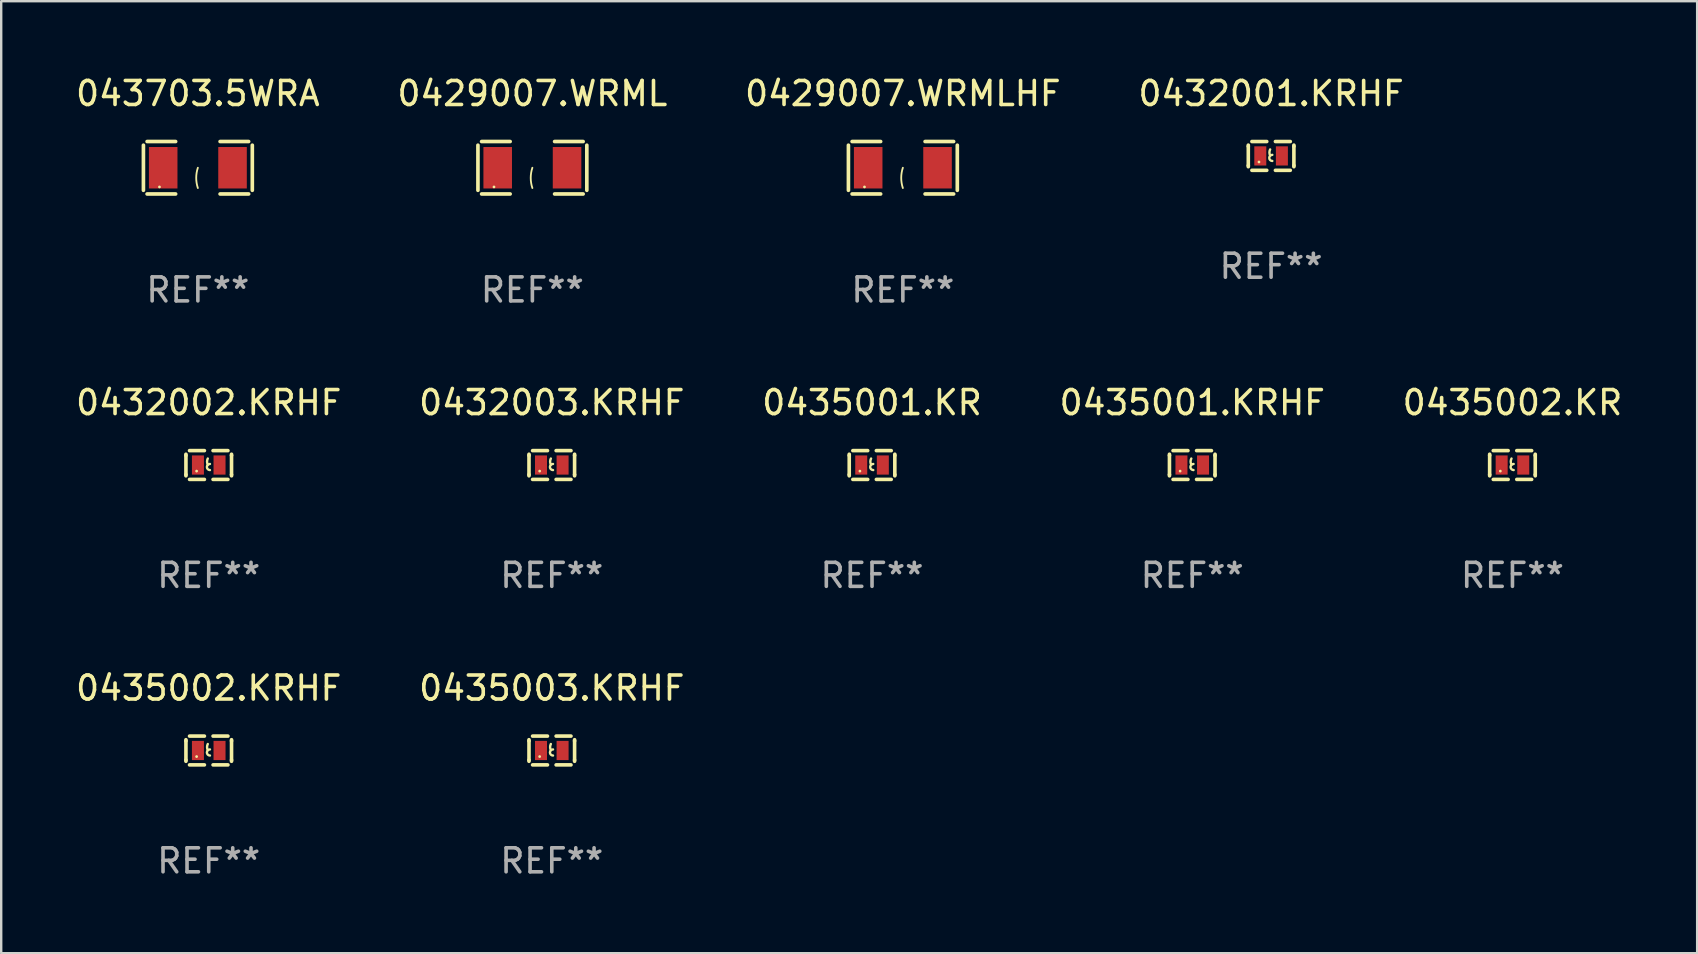
<source format=kicad_pcb>
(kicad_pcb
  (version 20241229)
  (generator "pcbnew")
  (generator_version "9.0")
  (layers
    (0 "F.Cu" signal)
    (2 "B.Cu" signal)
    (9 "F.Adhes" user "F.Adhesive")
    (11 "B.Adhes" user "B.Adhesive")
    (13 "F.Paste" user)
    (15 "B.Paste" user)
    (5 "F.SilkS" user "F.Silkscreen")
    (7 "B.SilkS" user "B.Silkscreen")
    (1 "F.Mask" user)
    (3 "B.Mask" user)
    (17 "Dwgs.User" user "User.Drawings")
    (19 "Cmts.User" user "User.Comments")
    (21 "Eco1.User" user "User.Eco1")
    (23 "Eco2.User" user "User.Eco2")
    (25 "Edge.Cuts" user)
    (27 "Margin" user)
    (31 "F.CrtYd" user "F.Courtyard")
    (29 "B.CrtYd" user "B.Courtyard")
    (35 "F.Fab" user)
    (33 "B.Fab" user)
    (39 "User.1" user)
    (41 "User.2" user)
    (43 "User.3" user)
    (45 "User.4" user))
  (footprint "0432003.KRHF"
    (layer "F.Cu")
    (at 19.946 16.33)
    (property "Reference" "0432003.KRHF" (at 0 -2.6 0) (layer "F.SilkS") (effects (font (size 1 1) (thickness 0.15))))
    (attr through_hole)
    (fp_line (start -0.95 -0.45) (end -0.95 -0.4) (stroke (width 0.15) (type solid)) (layer "F.SilkS"))
    (fp_line (start -0.95 -0.4) (end -0.95 0.4) (stroke (width 0.15) (type solid)) (layer "F.SilkS"))
    (fp_line (start -0.95 0.45) (end -0.95 0.4) (stroke (width 0.15) (type solid)) (layer "F.SilkS"))
    (fp_line (start -0.18 -0.6) (end -0.8 -0.6) (stroke (width 0.15) (type solid)) (layer "F.SilkS"))
    (fp_line (start -0.18 0.6) (end -0.8 0.6) (stroke (width 0.15) (type solid)) (layer "F.SilkS"))
    (fp_line (start 0.18 -0.6) (end 0.8 -0.6) (stroke (width 0.15) (type solid)) (layer "F.SilkS"))
    (fp_line (start 0.18 0.6) (end 0.8 0.6) (stroke (width 0.15) (type solid)) (layer "F.SilkS"))
    (fp_line (start 0.95 -0.45) (end 0.95 -0.4) (stroke (width 0.15) (type solid)) (layer "F.SilkS"))
    (fp_line (start 0.95 -0.4) (end 0.95 0.4) (stroke (width 0.15) (type solid)) (layer "F.SilkS"))
    (fp_line (start 0.95 0.45) (end 0.95 0.4) (stroke (width 0.15) (type solid)) (layer "F.SilkS"))
    (fp_arc (start -0.039942 -0.016052) (mid -0.069923 -0.143053) (end -0.039942 -0.270053) (stroke (width 0.1) (type solid)) (layer "F.SilkS"))
    (fp_arc (start 0.050076 0.209957) (mid -0.076924 0.082957) (end 0.050076 -0.044043) (stroke (width 0.1) (type solid)) (layer "F.SilkS"))
    (fp_circle (center -0.505 0.253) (end -0.475 0.253) (stroke (width 0.06) (type solid)) (fill no) (layer "F.SilkS"))
    (fp_text user "REF**" (at 0 4.6 0) (layer "F.Fab") (effects (font (size 1 1) (thickness 0.15))))
    (pad "1" smd rect (at -0.45 -0.000051) (size 0.5 0.8) (layers "F.Cu" "F.Mask" "F.Paste"))
    (pad "2" smd rect (at 0.45 -0.000051) (size 0.5 0.8) (layers "F.Cu" "F.Mask" "F.Paste")))
  (footprint "043703.5WRA"
    (layer "F.Cu")
    (at 5.196 3.941)
    (property "Reference" "043703.5WRA" (at 0 -3.093 0) (layer "F.SilkS") (effects (font (size 1 1) (thickness 0.15))))
    (attr through_hole)
    (fp_line (start -2.269 -0.94) (end -2.269 0.94) (stroke (width 0.152) (type solid)) (layer "F.SilkS"))
    (fp_line (start -2.116 1.093) (end -0.926 1.093) (stroke (width 0.152) (type solid)) (layer "F.SilkS"))
    (fp_line (start -0.926 -1.093) (end -2.116 -1.093) (stroke (width 0.152) (type solid)) (layer "F.SilkS"))
    (fp_line (start 0.926 -1.093) (end 2.116 -1.093) (stroke (width 0.152) (type solid)) (layer "F.SilkS"))
    (fp_line (start 2.116 1.093) (end 0.926 1.093) (stroke (width 0.152) (type solid)) (layer "F.SilkS"))
    (fp_line (start 2.269 -0.94) (end 2.269 0.94) (stroke (width 0.152) (type solid)) (layer "F.SilkS"))
    (fp_arc (start 0 0.844951) (mid -0.068559 0.422475) (end 0 0) (stroke (width 0.0762) (type solid)) (layer "F.SilkS"))
    (fp_circle (center -1.6 0.8) (end -1.57 0.8) (stroke (width 0.06) (type solid)) (fill no) (layer "F.SilkS"))
    (fp_text user "REF**" (at 0 5.093 0) (layer "F.Fab") (effects (font (size 1 1) (thickness 0.15))))
    (pad "1" smd rect (at -1.445 0) (size 1.19 1.728) (layers "F.Cu" "F.Mask" "F.Paste"))
    (pad "2" smd rect (at 1.445 0) (size 1.19 1.728) (layers "F.Cu" "F.Mask" "F.Paste")))
  (footprint "0429007.WRML"
    (layer "F.Cu")
    (at 19.137 3.941)
    (property "Reference" "0429007.WRML" (at 0 -3.093 0) (layer "F.SilkS") (effects (font (size 1 1) (thickness 0.15))))
    (attr through_hole)
    (fp_line (start -2.269 -0.94) (end -2.269 0.94) (stroke (width 0.152) (type solid)) (layer "F.SilkS"))
    (fp_line (start -2.116 1.093) (end -0.926 1.093) (stroke (width 0.152) (type solid)) (layer "F.SilkS"))
    (fp_line (start -0.926 -1.093) (end -2.116 -1.093) (stroke (width 0.152) (type solid)) (layer "F.SilkS"))
    (fp_line (start 0.926 -1.093) (end 2.116 -1.093) (stroke (width 0.152) (type solid)) (layer "F.SilkS"))
    (fp_line (start 2.116 1.093) (end 0.926 1.093) (stroke (width 0.152) (type solid)) (layer "F.SilkS"))
    (fp_line (start 2.269 -0.94) (end 2.269 0.94) (stroke (width 0.152) (type solid)) (layer "F.SilkS"))
    (fp_arc (start 0 0.844951) (mid -0.068559 0.422475) (end 0 0) (stroke (width 0.0762) (type solid)) (layer "F.SilkS"))
    (fp_circle (center -1.6 0.8) (end -1.57 0.8) (stroke (width 0.06) (type solid)) (fill no) (layer "F.SilkS"))
    (fp_text user "REF**" (at 0 5.093 0) (layer "F.Fab") (effects (font (size 1 1) (thickness 0.15))))
    (pad "1" smd rect (at -1.445 0) (size 1.19 1.728) (layers "F.Cu" "F.Mask" "F.Paste"))
    (pad "2" smd rect (at 1.445 0) (size 1.19 1.728) (layers "F.Cu" "F.Mask" "F.Paste")))
  (footprint "0435002.KR"
    (layer "F.Cu")
    (at 59.982 16.33)
    (property "Reference" "0435002.KR" (at 0 -2.6 0) (layer "F.SilkS") (effects (font (size 1 1) (thickness 0.15))))
    (attr through_hole)
    (fp_line (start -0.95 -0.45) (end -0.95 -0.4) (stroke (width 0.15) (type solid)) (layer "F.SilkS"))
    (fp_line (start -0.95 -0.4) (end -0.95 0.4) (stroke (width 0.15) (type solid)) (layer "F.SilkS"))
    (fp_line (start -0.95 0.45) (end -0.95 0.4) (stroke (width 0.15) (type solid)) (layer "F.SilkS"))
    (fp_line (start -0.18 -0.6) (end -0.8 -0.6) (stroke (width 0.15) (type solid)) (layer "F.SilkS"))
    (fp_line (start -0.18 0.6) (end -0.8 0.6) (stroke (width 0.15) (type solid)) (layer "F.SilkS"))
    (fp_line (start 0.18 -0.6) (end 0.8 -0.6) (stroke (width 0.15) (type solid)) (layer "F.SilkS"))
    (fp_line (start 0.18 0.6) (end 0.8 0.6) (stroke (width 0.15) (type solid)) (layer "F.SilkS"))
    (fp_line (start 0.95 -0.45) (end 0.95 -0.4) (stroke (width 0.15) (type solid)) (layer "F.SilkS"))
    (fp_line (start 0.95 -0.4) (end 0.95 0.4) (stroke (width 0.15) (type solid)) (layer "F.SilkS"))
    (fp_line (start 0.95 0.45) (end 0.95 0.4) (stroke (width 0.15) (type solid)) (layer "F.SilkS"))
    (fp_arc (start -0.039942 -0.016052) (mid -0.069923 -0.143053) (end -0.039942 -0.270053) (stroke (width 0.1) (type solid)) (layer "F.SilkS"))
    (fp_arc (start 0.050076 0.209957) (mid -0.076924 0.082957) (end 0.050076 -0.044043) (stroke (width 0.1) (type solid)) (layer "F.SilkS"))
    (fp_circle (center -0.505 0.253) (end -0.475 0.253) (stroke (width 0.06) (type solid)) (fill no) (layer "F.SilkS"))
    (fp_text user "REF**" (at 0 4.6 0) (layer "F.Fab") (effects (font (size 1 1) (thickness 0.15))))
    (pad "1" smd rect (at -0.45 -0.000051) (size 0.5 0.8) (layers "F.Cu" "F.Mask" "F.Paste"))
    (pad "2" smd rect (at 0.45 -0.000051) (size 0.5 0.8) (layers "F.Cu" "F.Mask" "F.Paste")))
  (footprint "0429007.WRMLHF"
    (layer "F.Cu")
    (at 34.577 3.941)
    (property "Reference" "0429007.WRMLHF" (at 0 -3.093 0) (layer "F.SilkS") (effects (font (size 1 1) (thickness 0.15))))
    (attr through_hole)
    (fp_line (start -2.269 -0.94) (end -2.269 0.94) (stroke (width 0.152) (type solid)) (layer "F.SilkS"))
    (fp_line (start -2.116 1.093) (end -0.926 1.093) (stroke (width 0.152) (type solid)) (layer "F.SilkS"))
    (fp_line (start -0.926 -1.093) (end -2.116 -1.093) (stroke (width 0.152) (type solid)) (layer "F.SilkS"))
    (fp_line (start 0.926 -1.093) (end 2.116 -1.093) (stroke (width 0.152) (type solid)) (layer "F.SilkS"))
    (fp_line (start 2.116 1.093) (end 0.926 1.093) (stroke (width 0.152) (type solid)) (layer "F.SilkS"))
    (fp_line (start 2.269 -0.94) (end 2.269 0.94) (stroke (width 0.152) (type solid)) (layer "F.SilkS"))
    (fp_arc (start 0 0.844951) (mid -0.068559 0.422475) (end 0 0) (stroke (width 0.0762) (type solid)) (layer "F.SilkS"))
    (fp_circle (center -1.6 0.8) (end -1.57 0.8) (stroke (width 0.06) (type solid)) (fill no) (layer "F.SilkS"))
    (fp_text user "REF**" (at 0 5.093 0) (layer "F.Fab") (effects (font (size 1 1) (thickness 0.15))))
    (pad "1" smd rect (at -1.445 0) (size 1.19 1.728) (layers "F.Cu" "F.Mask" "F.Paste"))
    (pad "2" smd rect (at 1.445 0) (size 1.19 1.728) (layers "F.Cu" "F.Mask" "F.Paste")))
  (footprint "0435003.KRHF"
    (layer "F.Cu")
    (at 19.946 28.227)
    (property "Reference" "0435003.KRHF" (at 0 -2.6 0) (layer "F.SilkS") (effects (font (size 1 1) (thickness 0.15))))
    (attr through_hole)
    (fp_line (start -0.95 -0.45) (end -0.95 -0.4) (stroke (width 0.15) (type solid)) (layer "F.SilkS"))
    (fp_line (start -0.95 -0.4) (end -0.95 0.4) (stroke (width 0.15) (type solid)) (layer "F.SilkS"))
    (fp_line (start -0.95 0.45) (end -0.95 0.4) (stroke (width 0.15) (type solid)) (layer "F.SilkS"))
    (fp_line (start -0.18 -0.6) (end -0.8 -0.6) (stroke (width 0.15) (type solid)) (layer "F.SilkS"))
    (fp_line (start -0.18 0.6) (end -0.8 0.6) (stroke (width 0.15) (type solid)) (layer "F.SilkS"))
    (fp_line (start 0.18 -0.6) (end 0.8 -0.6) (stroke (width 0.15) (type solid)) (layer "F.SilkS"))
    (fp_line (start 0.18 0.6) (end 0.8 0.6) (stroke (width 0.15) (type solid)) (layer "F.SilkS"))
    (fp_line (start 0.95 -0.45) (end 0.95 -0.4) (stroke (width 0.15) (type solid)) (layer "F.SilkS"))
    (fp_line (start 0.95 -0.4) (end 0.95 0.4) (stroke (width 0.15) (type solid)) (layer "F.SilkS"))
    (fp_line (start 0.95 0.45) (end 0.95 0.4) (stroke (width 0.15) (type solid)) (layer "F.SilkS"))
    (fp_arc (start -0.039942 -0.016052) (mid -0.069923 -0.143053) (end -0.039942 -0.270053) (stroke (width 0.1) (type solid)) (layer "F.SilkS"))
    (fp_arc (start 0.050076 0.209957) (mid -0.076924 0.082957) (end 0.050076 -0.044043) (stroke (width 0.1) (type solid)) (layer "F.SilkS"))
    (fp_circle (center -0.505 0.253) (end -0.475 0.253) (stroke (width 0.06) (type solid)) (fill no) (layer "F.SilkS"))
    (fp_text user "REF**" (at 0 4.6 0) (layer "F.Fab") (effects (font (size 1 1) (thickness 0.15))))
    (pad "1" smd rect (at -0.45 -0.000051) (size 0.5 0.8) (layers "F.Cu" "F.Mask" "F.Paste"))
    (pad "2" smd rect (at 0.45 -0.000051) (size 0.5 0.8) (layers "F.Cu" "F.Mask" "F.Paste")))
  (footprint "0435002.KRHF"
    (layer "F.Cu")
    (at 5.649 28.227)
    (property "Reference" "0435002.KRHF" (at 0 -2.6 0) (layer "F.SilkS") (effects (font (size 1 1) (thickness 0.15))))
    (attr through_hole)
    (fp_line (start -0.95 -0.45) (end -0.95 -0.4) (stroke (width 0.15) (type solid)) (layer "F.SilkS"))
    (fp_line (start -0.95 -0.4) (end -0.95 0.4) (stroke (width 0.15) (type solid)) (layer "F.SilkS"))
    (fp_line (start -0.95 0.45) (end -0.95 0.4) (stroke (width 0.15) (type solid)) (layer "F.SilkS"))
    (fp_line (start -0.18 -0.6) (end -0.8 -0.6) (stroke (width 0.15) (type solid)) (layer "F.SilkS"))
    (fp_line (start -0.18 0.6) (end -0.8 0.6) (stroke (width 0.15) (type solid)) (layer "F.SilkS"))
    (fp_line (start 0.18 -0.6) (end 0.8 -0.6) (stroke (width 0.15) (type solid)) (layer "F.SilkS"))
    (fp_line (start 0.18 0.6) (end 0.8 0.6) (stroke (width 0.15) (type solid)) (layer "F.SilkS"))
    (fp_line (start 0.95 -0.45) (end 0.95 -0.4) (stroke (width 0.15) (type solid)) (layer "F.SilkS"))
    (fp_line (start 0.95 -0.4) (end 0.95 0.4) (stroke (width 0.15) (type solid)) (layer "F.SilkS"))
    (fp_line (start 0.95 0.45) (end 0.95 0.4) (stroke (width 0.15) (type solid)) (layer "F.SilkS"))
    (fp_arc (start -0.039942 -0.016052) (mid -0.069923 -0.143053) (end -0.039942 -0.270053) (stroke (width 0.1) (type solid)) (layer "F.SilkS"))
    (fp_arc (start 0.050076 0.209957) (mid -0.076924 0.082957) (end 0.050076 -0.044043) (stroke (width 0.1) (type solid)) (layer "F.SilkS"))
    (fp_circle (center -0.505 0.253) (end -0.475 0.253) (stroke (width 0.06) (type solid)) (fill no) (layer "F.SilkS"))
    (fp_text user "REF**" (at 0 4.6 0) (layer "F.Fab") (effects (font (size 1 1) (thickness 0.15))))
    (pad "1" smd rect (at -0.45 -0.000051) (size 0.5 0.8) (layers "F.Cu" "F.Mask" "F.Paste"))
    (pad "2" smd rect (at 0.45 -0.000051) (size 0.5 0.8) (layers "F.Cu" "F.Mask" "F.Paste")))
  (footprint "0435001.KRHF"
    (layer "F.Cu")
    (at 46.637 16.33)
    (property "Reference" "0435001.KRHF" (at 0 -2.6 0) (layer "F.SilkS") (effects (font (size 1 1) (thickness 0.15))))
    (attr through_hole)
    (fp_line (start -0.95 -0.45) (end -0.95 -0.4) (stroke (width 0.15) (type solid)) (layer "F.SilkS"))
    (fp_line (start -0.95 -0.4) (end -0.95 0.4) (stroke (width 0.15) (type solid)) (layer "F.SilkS"))
    (fp_line (start -0.95 0.45) (end -0.95 0.4) (stroke (width 0.15) (type solid)) (layer "F.SilkS"))
    (fp_line (start -0.18 -0.6) (end -0.8 -0.6) (stroke (width 0.15) (type solid)) (layer "F.SilkS"))
    (fp_line (start -0.18 0.6) (end -0.8 0.6) (stroke (width 0.15) (type solid)) (layer "F.SilkS"))
    (fp_line (start 0.18 -0.6) (end 0.8 -0.6) (stroke (width 0.15) (type solid)) (layer "F.SilkS"))
    (fp_line (start 0.18 0.6) (end 0.8 0.6) (stroke (width 0.15) (type solid)) (layer "F.SilkS"))
    (fp_line (start 0.95 -0.45) (end 0.95 -0.4) (stroke (width 0.15) (type solid)) (layer "F.SilkS"))
    (fp_line (start 0.95 -0.4) (end 0.95 0.4) (stroke (width 0.15) (type solid)) (layer "F.SilkS"))
    (fp_line (start 0.95 0.45) (end 0.95 0.4) (stroke (width 0.15) (type solid)) (layer "F.SilkS"))
    (fp_arc (start -0.039942 -0.016052) (mid -0.069923 -0.143053) (end -0.039942 -0.270053) (stroke (width 0.1) (type solid)) (layer "F.SilkS"))
    (fp_arc (start 0.050076 0.209957) (mid -0.076924 0.082957) (end 0.050076 -0.044043) (stroke (width 0.1) (type solid)) (layer "F.SilkS"))
    (fp_circle (center -0.505 0.253) (end -0.475 0.253) (stroke (width 0.06) (type solid)) (fill no) (layer "F.SilkS"))
    (fp_text user "REF**" (at 0 4.6 0) (layer "F.Fab") (effects (font (size 1 1) (thickness 0.15))))
    (pad "1" smd rect (at -0.45 -0.000051) (size 0.5 0.8) (layers "F.Cu" "F.Mask" "F.Paste"))
    (pad "2" smd rect (at 0.45 -0.000051) (size 0.5 0.8) (layers "F.Cu" "F.Mask" "F.Paste")))
  (footprint "0432002.KRHF"
    (layer "F.Cu")
    (at 5.649 16.33)
    (property "Reference" "0432002.KRHF" (at 0 -2.6 0) (layer "F.SilkS") (effects (font (size 1 1) (thickness 0.15))))
    (attr through_hole)
    (fp_line (start -0.95 -0.45) (end -0.95 -0.4) (stroke (width 0.15) (type solid)) (layer "F.SilkS"))
    (fp_line (start -0.95 -0.4) (end -0.95 0.4) (stroke (width 0.15) (type solid)) (layer "F.SilkS"))
    (fp_line (start -0.95 0.45) (end -0.95 0.4) (stroke (width 0.15) (type solid)) (layer "F.SilkS"))
    (fp_line (start -0.18 -0.6) (end -0.8 -0.6) (stroke (width 0.15) (type solid)) (layer "F.SilkS"))
    (fp_line (start -0.18 0.6) (end -0.8 0.6) (stroke (width 0.15) (type solid)) (layer "F.SilkS"))
    (fp_line (start 0.18 -0.6) (end 0.8 -0.6) (stroke (width 0.15) (type solid)) (layer "F.SilkS"))
    (fp_line (start 0.18 0.6) (end 0.8 0.6) (stroke (width 0.15) (type solid)) (layer "F.SilkS"))
    (fp_line (start 0.95 -0.45) (end 0.95 -0.4) (stroke (width 0.15) (type solid)) (layer "F.SilkS"))
    (fp_line (start 0.95 -0.4) (end 0.95 0.4) (stroke (width 0.15) (type solid)) (layer "F.SilkS"))
    (fp_line (start 0.95 0.45) (end 0.95 0.4) (stroke (width 0.15) (type solid)) (layer "F.SilkS"))
    (fp_arc (start -0.039942 -0.016052) (mid -0.069923 -0.143053) (end -0.039942 -0.270053) (stroke (width 0.1) (type solid)) (layer "F.SilkS"))
    (fp_arc (start 0.050076 0.209957) (mid -0.076924 0.082957) (end 0.050076 -0.044043) (stroke (width 0.1) (type solid)) (layer "F.SilkS"))
    (fp_circle (center -0.505 0.253) (end -0.475 0.253) (stroke (width 0.06) (type solid)) (fill no) (layer "F.SilkS"))
    (fp_text user "REF**" (at 0 4.6 0) (layer "F.Fab") (effects (font (size 1 1) (thickness 0.15))))
    (pad "1" smd rect (at -0.45 -0.000051) (size 0.5 0.8) (layers "F.Cu" "F.Mask" "F.Paste"))
    (pad "2" smd rect (at 0.45 -0.000051) (size 0.5 0.8) (layers "F.Cu" "F.Mask" "F.Paste")))
  (footprint "0432001.KRHF"
    (layer "F.Cu")
    (at 49.923 3.448)
    (property "Reference" "0432001.KRHF" (at 0 -2.6 0) (layer "F.SilkS") (effects (font (size 1 1) (thickness 0.15))))
    (attr through_hole)
    (fp_line (start -0.95 -0.45) (end -0.95 -0.4) (stroke (width 0.15) (type solid)) (layer "F.SilkS"))
    (fp_line (start -0.95 -0.4) (end -0.95 0.4) (stroke (width 0.15) (type solid)) (layer "F.SilkS"))
    (fp_line (start -0.95 0.45) (end -0.95 0.4) (stroke (width 0.15) (type solid)) (layer "F.SilkS"))
    (fp_line (start -0.18 -0.6) (end -0.8 -0.6) (stroke (width 0.15) (type solid)) (layer "F.SilkS"))
    (fp_line (start -0.18 0.6) (end -0.8 0.6) (stroke (width 0.15) (type solid)) (layer "F.SilkS"))
    (fp_line (start 0.18 -0.6) (end 0.8 -0.6) (stroke (width 0.15) (type solid)) (layer "F.SilkS"))
    (fp_line (start 0.18 0.6) (end 0.8 0.6) (stroke (width 0.15) (type solid)) (layer "F.SilkS"))
    (fp_line (start 0.95 -0.45) (end 0.95 -0.4) (stroke (width 0.15) (type solid)) (layer "F.SilkS"))
    (fp_line (start 0.95 -0.4) (end 0.95 0.4) (stroke (width 0.15) (type solid)) (layer "F.SilkS"))
    (fp_line (start 0.95 0.45) (end 0.95 0.4) (stroke (width 0.15) (type solid)) (layer "F.SilkS"))
    (fp_arc (start -0.039942 -0.016052) (mid -0.069923 -0.143053) (end -0.039942 -0.270053) (stroke (width 0.1) (type solid)) (layer "F.SilkS"))
    (fp_arc (start 0.050076 0.209957) (mid -0.076924 0.082957) (end 0.050076 -0.044043) (stroke (width 0.1) (type solid)) (layer "F.SilkS"))
    (fp_circle (center -0.505 0.253) (end -0.475 0.253) (stroke (width 0.06) (type solid)) (fill no) (layer "F.SilkS"))
    (fp_text user "REF**" (at 0 4.6 0) (layer "F.Fab") (effects (font (size 1 1) (thickness 0.15))))
    (pad "1" smd rect (at -0.45 -0.000051) (size 0.5 0.8) (layers "F.Cu" "F.Mask" "F.Paste"))
    (pad "2" smd rect (at 0.45 -0.000051) (size 0.5 0.8) (layers "F.Cu" "F.Mask" "F.Paste")))
  (footprint "0435001.KR"
    (layer "F.Cu")
    (at 33.292 16.33)
    (property "Reference" "0435001.KR" (at 0 -2.6 0) (layer "F.SilkS") (effects (font (size 1 1) (thickness 0.15))))
    (attr through_hole)
    (fp_line (start -0.95 -0.45) (end -0.95 -0.4) (stroke (width 0.15) (type solid)) (layer "F.SilkS"))
    (fp_line (start -0.95 -0.4) (end -0.95 0.4) (stroke (width 0.15) (type solid)) (layer "F.SilkS"))
    (fp_line (start -0.95 0.45) (end -0.95 0.4) (stroke (width 0.15) (type solid)) (layer "F.SilkS"))
    (fp_line (start -0.18 -0.6) (end -0.8 -0.6) (stroke (width 0.15) (type solid)) (layer "F.SilkS"))
    (fp_line (start -0.18 0.6) (end -0.8 0.6) (stroke (width 0.15) (type solid)) (layer "F.SilkS"))
    (fp_line (start 0.18 -0.6) (end 0.8 -0.6) (stroke (width 0.15) (type solid)) (layer "F.SilkS"))
    (fp_line (start 0.18 0.6) (end 0.8 0.6) (stroke (width 0.15) (type solid)) (layer "F.SilkS"))
    (fp_line (start 0.95 -0.45) (end 0.95 -0.4) (stroke (width 0.15) (type solid)) (layer "F.SilkS"))
    (fp_line (start 0.95 -0.4) (end 0.95 0.4) (stroke (width 0.15) (type solid)) (layer "F.SilkS"))
    (fp_line (start 0.95 0.45) (end 0.95 0.4) (stroke (width 0.15) (type solid)) (layer "F.SilkS"))
    (fp_arc (start -0.039942 -0.016052) (mid -0.069923 -0.143053) (end -0.039942 -0.270053) (stroke (width 0.1) (type solid)) (layer "F.SilkS"))
    (fp_arc (start 0.050076 0.209957) (mid -0.076924 0.082957) (end 0.050076 -0.044043) (stroke (width 0.1) (type solid)) (layer "F.SilkS"))
    (fp_circle (center -0.505 0.253) (end -0.475 0.253) (stroke (width 0.06) (type solid)) (fill no) (layer "F.SilkS"))
    (fp_text user "REF**" (at 0 4.6 0) (layer "F.Fab") (effects (font (size 1 1) (thickness 0.15))))
    (pad "1" smd rect (at -0.45 -0.000051) (size 0.5 0.8) (layers "F.Cu" "F.Mask" "F.Paste"))
    (pad "2" smd rect (at 0.45 -0.000051) (size 0.5 0.8) (layers "F.Cu" "F.Mask" "F.Paste")))
  (gr_rect
    (start -3 -3)
    (end 67.679 36.675)
    (stroke (width 0.1) (type default))
    (fill no)
    (layer "Edge.Cuts")))
</source>
